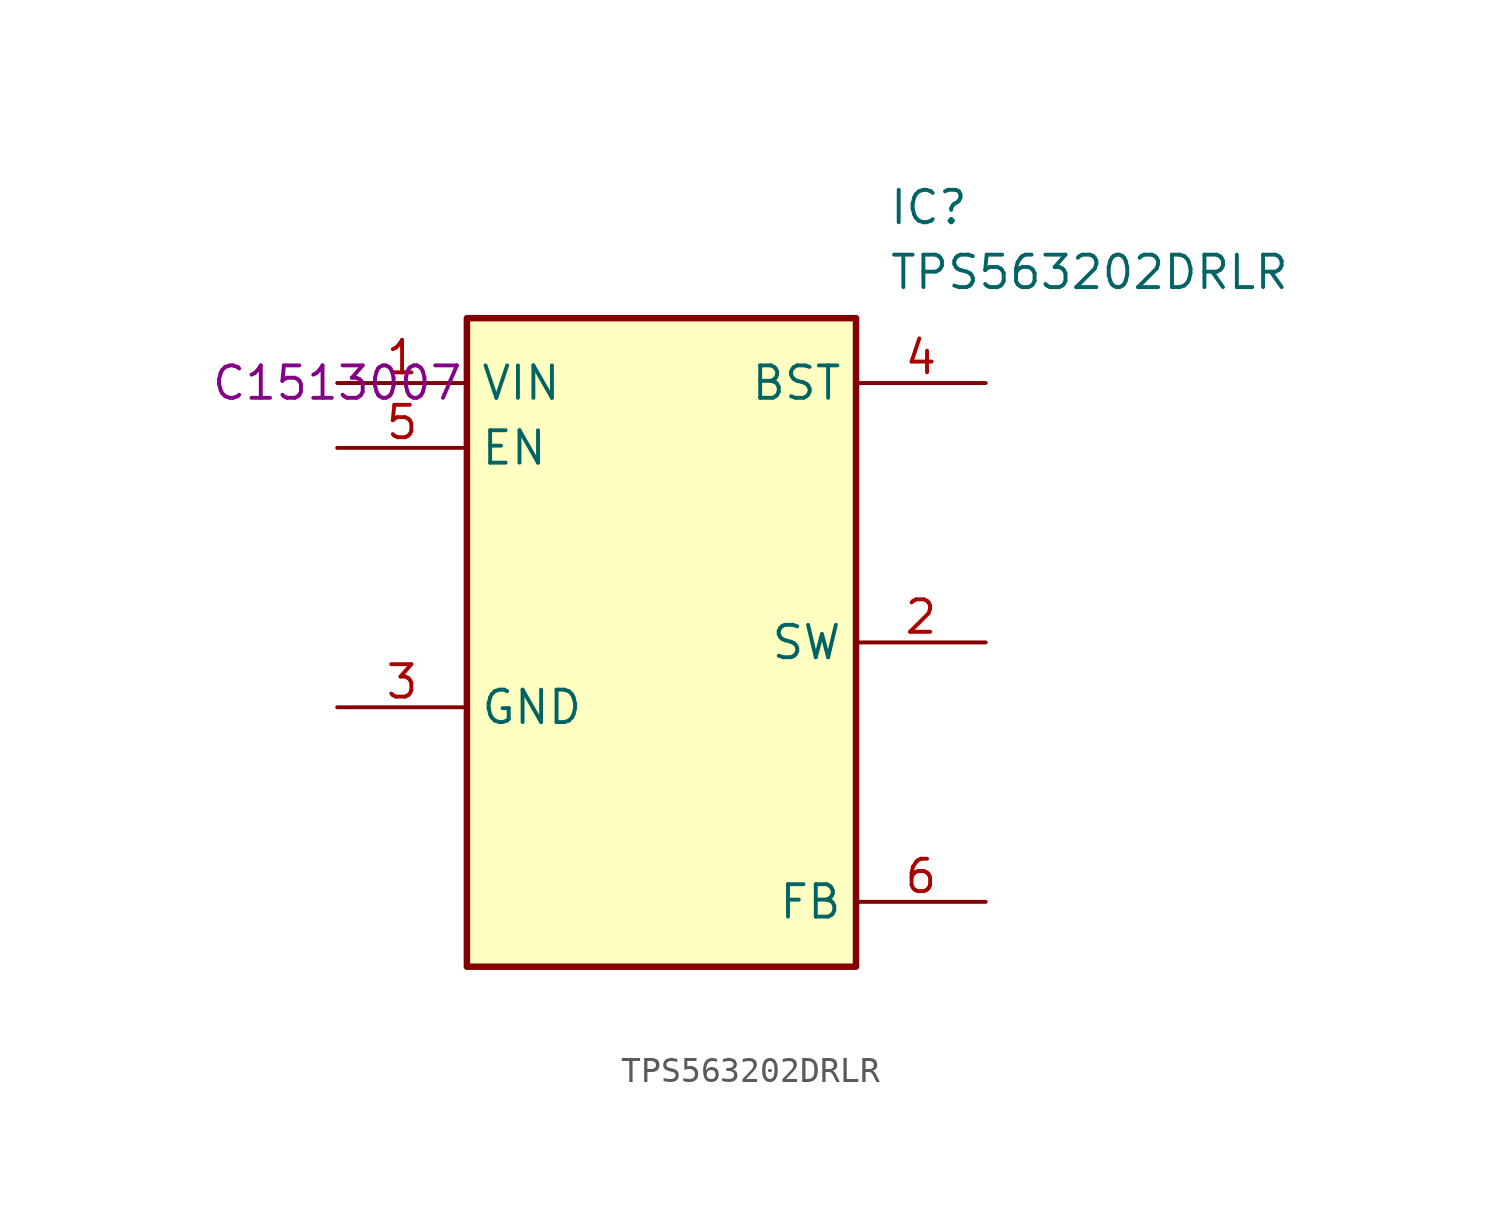
<source format=kicad_sym>
(kicad_symbol_lib
  (version 20220914)
  (generator kicad_symbol_editor)
  (symbol "TPS563202DRLR"
    (property "Reference" "IC"
      (at 21.59 7.62 0)
      (effects (font (size 1.27 1.27)) (justify left top)))
    (property "Value" "TPS563202DRLR"
      (at 21.59 5.08 0)
      (effects (font (size 1.27 1.27)) (justify left top)))
    (property "LCSC" "C1513007"
      (at 0 0 0)
      (effects (font (size 1.27 1.27))))
    (symbol "TPS563202DRLR_1_1"
      (rectangle (start 5.08 2.54) (end 20.32 -22.86) (stroke (width 0.254) (type default)) (fill (type background)))
      (pin passive line (at 0 0 0) (length 5.08) (name "VIN" (effects (font (size 1.27 1.27)))) (number "1" (effects (font (size 1.27 1.27)))))
      (pin passive line (at 25.4 -10.16 180) (length 5.08) (name "SW" (effects (font (size 1.27 1.27)))) (number "2" (effects (font (size 1.27 1.27)))))
      (pin passive line (at 0 -12.7 0) (length 5.08) (name "GND" (effects (font (size 1.27 1.27)))) (number "3" (effects (font (size 1.27 1.27)))))
      (pin passive line (at 25.4 0 180) (length 5.08) (name "BST" (effects (font (size 1.27 1.27)))) (number "4" (effects (font (size 1.27 1.27)))))
      (pin passive line (at 0 -2.54 0) (length 5.08) (name "EN" (effects (font (size 1.27 1.27)))) (number "5" (effects (font (size 1.27 1.27)))))
      (pin passive line (at 25.4 -20.32 180) (length 5.08) (name "FB" (effects (font (size 1.27 1.27)))) (number "6" (effects (font (size 1.27 1.27))))))))
</source>
